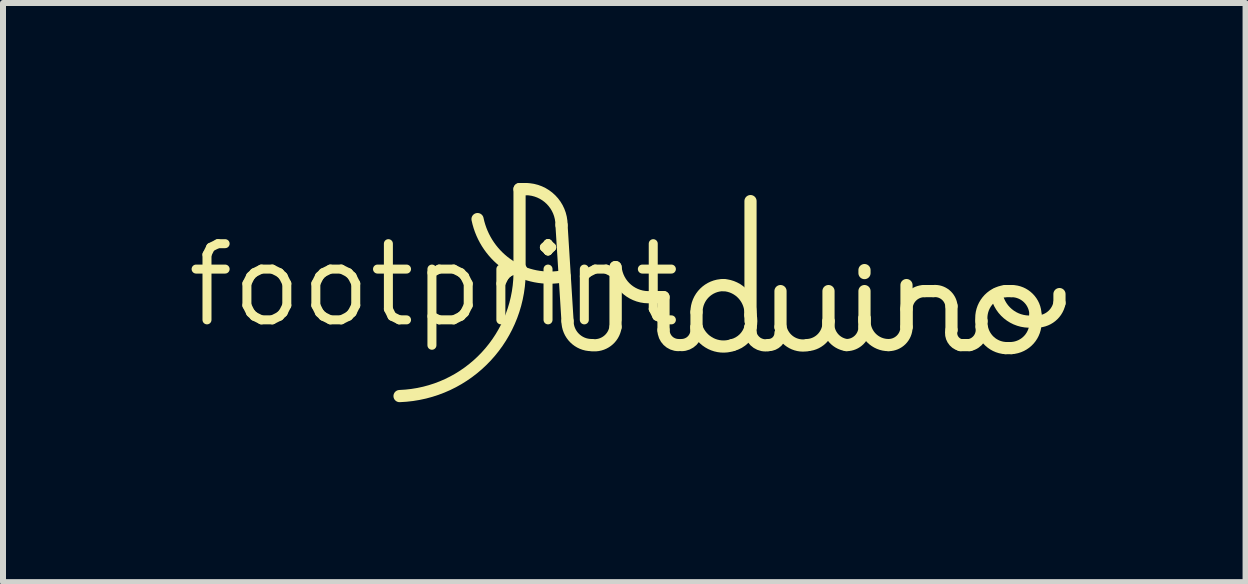
<source format=kicad_pcb>
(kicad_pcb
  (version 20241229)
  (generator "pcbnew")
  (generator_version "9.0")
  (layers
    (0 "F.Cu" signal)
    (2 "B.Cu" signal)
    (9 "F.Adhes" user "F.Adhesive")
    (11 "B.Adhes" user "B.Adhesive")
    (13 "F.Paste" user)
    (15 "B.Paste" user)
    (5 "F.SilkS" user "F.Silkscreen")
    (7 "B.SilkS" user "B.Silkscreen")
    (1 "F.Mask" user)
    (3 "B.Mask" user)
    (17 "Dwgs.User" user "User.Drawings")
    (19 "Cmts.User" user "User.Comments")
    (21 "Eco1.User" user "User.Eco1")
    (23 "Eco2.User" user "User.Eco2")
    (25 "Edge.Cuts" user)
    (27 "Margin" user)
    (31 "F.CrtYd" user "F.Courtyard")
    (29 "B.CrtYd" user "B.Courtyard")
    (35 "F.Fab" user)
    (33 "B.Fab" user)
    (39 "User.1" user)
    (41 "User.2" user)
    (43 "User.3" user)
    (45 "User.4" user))
  (footprint "footprint"
    (layer "F.Cu")
    (at 4.18 1.702)
    (property "Reference" "footprint" (at 0 0 0) (layer "F.SilkS") (effects (font (size 1.27 1.27) (thickness 0.15))))
    (fp_line (start 1.43 -1.6) (end 1.53 -1.6) (stroke (width 0.203) (type solid)) (layer "F.SilkS"))
    (fp_line (start 1.43 -0.3) (end 1.43 -1.6) (stroke (width 0.203) (type solid)) (layer "F.SilkS"))
    (fp_line (start 2.13 -1) (end 2.23 0.6) (stroke (width 0.203) (type solid)) (layer "F.SilkS"))
    (fp_line (start 3.03 0.7) (end 3.03 -0.3) (stroke (width 0.203) (type solid)) (layer "F.SilkS"))
    (fp_line (start 3.63 0.2) (end 3.83 0.2) (stroke (width 0.203) (type solid)) (layer "F.SilkS"))
    (fp_line (start 3.83 0.2) (end 3.83 0.75) (stroke (width 0.203) (type solid)) (layer "F.SilkS"))
    (fp_line (start 4.38 0.7) (end 4.38 0.45) (stroke (width 0.203) (type solid)) (layer "F.SilkS"))
    (fp_line (start 4.38 0.75) (end 4.38 0.7) (stroke (width 0.203) (type solid)) (layer "F.SilkS"))
    (fp_line (start 5.28 0.6) (end 5.28 -1.4) (stroke (width 0.203) (type solid)) (layer "F.SilkS"))
    (fp_line (start 5.28 0.7) (end 5.28 0.8) (stroke (width 0.203) (type solid)) (layer "F.SilkS"))
    (fp_line (start 5.78 0.7) (end 5.78 0.1) (stroke (width 0.203) (type solid)) (layer "F.SilkS"))
    (fp_line (start 6.58 0.6) (end 6.58 0.1) (stroke (width 0.203) (type solid)) (layer "F.SilkS"))
    (fp_line (start 7.18 -0.25) (end 7.18 -0.2) (stroke (width 0.203) (type solid)) (layer "F.SilkS"))
    (fp_line (start 7.18 0.55) (end 7.18 0.1) (stroke (width 0.203) (type solid)) (layer "F.SilkS"))
    (fp_line (start 7.18 0.55) (end 7.18 0.6) (stroke (width 0.203) (type solid)) (layer "F.SilkS"))
    (fp_line (start 7.18 0.7) (end 7.18 0.55) (stroke (width 0.203) (type solid)) (layer "F.SilkS"))
    (fp_line (start 7.88 0.7) (end 7.88 0) (stroke (width 0.203) (type solid)) (layer "F.SilkS"))
    (fp_line (start 7.88 0.7) (end 7.88 0.4) (stroke (width 0.203) (type solid)) (layer "F.SilkS"))
    (fp_line (start 8.18 0.1) (end 8.33 0.1) (stroke (width 0.203) (type solid)) (layer "F.SilkS"))
    (fp_line (start 8.63 0.35) (end 8.63 0.75) (stroke (width 0.203) (type solid)) (layer "F.SilkS"))
    (fp_line (start 8.78 1) (end 8.93 1) (stroke (width 0.203) (type solid)) (layer "F.SilkS"))
    (fp_line (start 9.53 0.1) (end 9.63 0.1) (stroke (width 0.203) (type solid)) (layer "F.SilkS"))
    (fp_line (start 9.53 1.05) (end 9.63 1.05) (stroke (width 0.203) (type solid)) (layer "F.SilkS"))
    (fp_line (start 10.03 0.6) (end 9.98 0.6) (stroke (width 0.203) (type solid)) (layer "F.SilkS"))
    (fp_line (start 10.03 0.6) (end 10.03 0.5) (stroke (width 0.203) (type solid)) (layer "F.SilkS"))
    (fp_line (start 10.43 0.3) (end 10.43 0.15) (stroke (width 0.203) (type solid)) (layer "F.SilkS"))
    (fp_arc (start 1.43 -0.3) (mid 0.87528 1.189214) (end -0.57 1.85) (stroke (width 0.2032) (type solid)) (layer "F.SilkS"))
    (fp_arc (start 1.53 -1.6) (mid 1.954264 -1.424264) (end 2.13 -1) (stroke (width 0.2032) (type solid)) (layer "F.SilkS"))
    (fp_arc (start 2.18 -0.15) (mid 1.258249 -0.324695) (end 0.73 -1.1) (stroke (width 0.2032) (type solid)) (layer "F.SilkS"))
    (fp_arc (start 2.63 1) (mid 2.347157 0.882843) (end 2.23 0.6) (stroke (width 0.2032) (type solid)) (layer "F.SilkS"))
    (fp_arc (start 3.03 0.7) (mid 2.892132 0.932843) (end 2.63 1) (stroke (width 0.2032) (type solid)) (layer "F.SilkS"))
    (fp_arc (start 3.629999 0.200001) (mid 3.22647 0.074235) (end 3.03 -0.3) (stroke (width 0.2032) (type solid)) (layer "F.SilkS"))
    (fp_arc (start 4.08 1) (mid 3.903223 0.926777) (end 3.83 0.75) (stroke (width 0.2032) (type solid)) (layer "F.SilkS"))
    (fp_arc (start 4.38 0.45) (mid 4.511802 0.131802) (end 4.83 0) (stroke (width 0.2032) (type solid)) (layer "F.SilkS"))
    (fp_arc (start 4.38 0.75) (mid 4.306777 0.926777) (end 4.13 1) (stroke (width 0.2032) (type solid)) (layer "F.SilkS"))
    (fp_arc (start 4.83 0) (mid 5.158553 0.156802) (end 5.28 0.5) (stroke (width 0.2032) (type solid)) (layer "F.SilkS"))
    (fp_arc (start 4.98 1) (mid 4.617868 0.974264) (end 4.38 0.7) (stroke (width 0.2032) (type solid)) (layer "F.SilkS"))
    (fp_arc (start 5.28 0.5) (mid 5.292311 0.6) (end 5.28 0.7) (stroke (width 0.2032) (type solid)) (layer "F.SilkS"))
    (fp_arc (start 5.28 0.7) (mid 5.171547 0.891548) (end 4.979999 1) (stroke (width 0.2032) (type solid)) (layer "F.SilkS"))
    (fp_arc (start 5.58 1) (mid 5.388579 0.962132) (end 5.28 0.8) (stroke (width 0.2032) (type solid)) (layer "F.SilkS"))
    (fp_arc (start 5.78 0.8) (mid 5.721421 0.941421) (end 5.58 1) (stroke (width 0.2032) (type solid)) (layer "F.SilkS"))
    (fp_arc (start 6.23 1) (mid 5.942868 0.943198) (end 5.78 0.7) (stroke (width 0.2032) (type solid)) (layer "F.SilkS"))
    (fp_arc (start 6.58 0.6) (mid 6.487843 0.872487) (end 6.23 1) (stroke (width 0.2032) (type solid)) (layer "F.SilkS"))
    (fp_arc (start 6.88 1) (mid 6.647157 0.862132) (end 6.58 0.6) (stroke (width 0.2032) (type solid)) (layer "F.SilkS"))
    (fp_arc (start 7.18 0.7) (mid 7.092132 0.912132) (end 6.88 1) (stroke (width 0.2032) (type solid)) (layer "F.SilkS"))
    (fp_arc (start 7.58 1) (mid 7.297157 0.882843) (end 7.18 0.6) (stroke (width 0.2032) (type solid)) (layer "F.SilkS"))
    (fp_arc (start 7.88 0.4) (mid 7.967868 0.187868) (end 8.18 0.1) (stroke (width 0.2032) (type solid)) (layer "F.SilkS"))
    (fp_arc (start 7.88 0.7) (mid 7.792132 0.912132) (end 7.58 1) (stroke (width 0.2032) (type solid)) (layer "F.SilkS"))
    (fp_arc (start 8.33 0.1) (mid 8.531777 0.162868) (end 8.63 0.35) (stroke (width 0.2032) (type solid)) (layer "F.SilkS"))
    (fp_arc (start 8.78 1) (mid 8.653223 0.906066) (end 8.63 0.75) (stroke (width 0.2032) (type solid)) (layer "F.SilkS"))
    (fp_arc (start 9.13 0.6) (mid 9.226447 0.267157) (end 9.53 0.1) (stroke (width 0.2032) (type solid)) (layer "F.SilkS"))
    (fp_arc (start 9.13 0.7) (mid 9.092132 0.891421) (end 8.93 1) (stroke (width 0.2032) (type solid)) (layer "F.SilkS"))
    (fp_arc (start 9.53 1.05) (mid 9.236802 0.907843) (end 9.13 0.6) (stroke (width 0.2032) (type solid)) (layer "F.SilkS"))
    (fp_arc (start 9.63 0.1) (mid 9.912843 0.217157) (end 10.03 0.5) (stroke (width 0.2032) (type solid)) (layer "F.SilkS"))
    (fp_arc (start 10.03 0.6) (mid 9.611801 0.509619) (end 9.379999 0.149999) (stroke (width 0.2032) (type solid)) (layer "F.SilkS"))
    (fp_arc (start 10.03 0.6) (mid 9.923198 0.907843) (end 9.63 1.05) (stroke (width 0.2032) (type solid)) (layer "F.SilkS"))
    (fp_arc (start 10.430001 0.299999) (mid 10.267133 0.543198) (end 9.98 0.6) (stroke (width 0.2032) (type solid)) (layer "F.SilkS")))
  (gr_rect
    (start -3 -3)
    (end 17.712 6.653)
    (stroke (width 0.1) (type default))
    (fill no)
    (layer "Edge.Cuts")))
</source>
